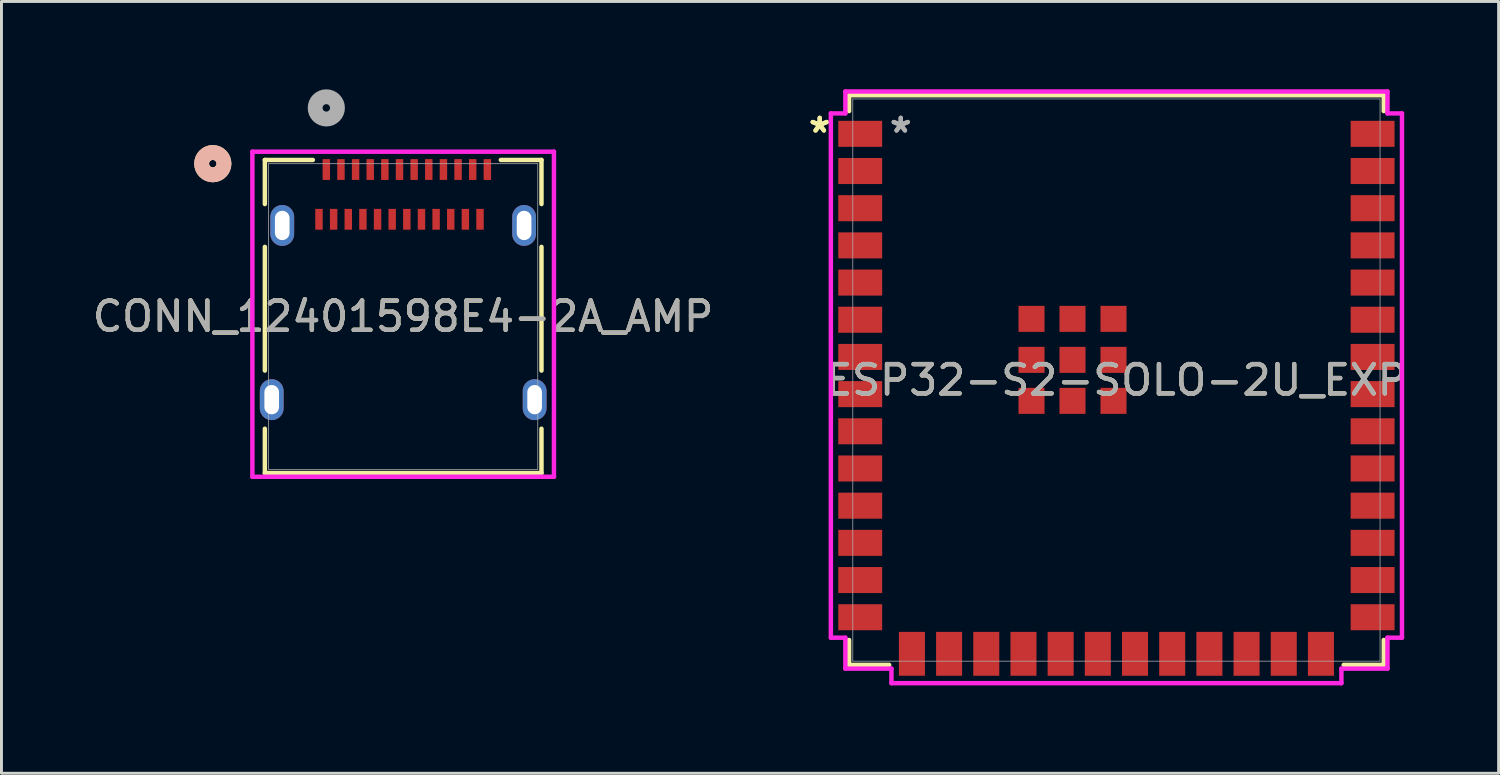
<source format=kicad_pcb>
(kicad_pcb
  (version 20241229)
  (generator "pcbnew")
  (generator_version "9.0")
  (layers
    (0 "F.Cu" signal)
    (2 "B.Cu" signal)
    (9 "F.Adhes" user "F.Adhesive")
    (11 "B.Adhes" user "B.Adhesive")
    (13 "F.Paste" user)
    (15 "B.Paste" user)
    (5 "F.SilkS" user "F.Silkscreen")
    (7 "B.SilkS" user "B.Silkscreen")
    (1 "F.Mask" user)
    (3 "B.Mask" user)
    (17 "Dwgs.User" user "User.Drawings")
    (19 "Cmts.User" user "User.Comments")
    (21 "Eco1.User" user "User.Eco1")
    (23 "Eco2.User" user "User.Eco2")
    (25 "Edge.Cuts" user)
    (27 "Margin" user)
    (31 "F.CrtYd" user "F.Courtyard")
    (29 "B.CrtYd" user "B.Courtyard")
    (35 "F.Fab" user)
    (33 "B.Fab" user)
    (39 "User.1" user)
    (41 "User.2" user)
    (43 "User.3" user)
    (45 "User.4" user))
  (footprint "CONN_12401598E4-2A_AMP"
    (layer "F.Cu")
    (at 10.72 7.76)
    (property "Reference" "CONN_12401598E4-2A_AMP" (at 0 0 0) (unlocked yes) (layer "F.SilkS") (effects (font (size 1 1) (thickness 0.15))))
    (attr smd)
    (fp_line (start -4.724 -5.347) (end -4.724 -3.841) (stroke (width 0.152) (type solid)) (layer "F.SilkS"))
    (fp_line (start -4.724 -2.378) (end -4.724 1.847) (stroke (width 0.152) (type solid)) (layer "F.SilkS"))
    (fp_line (start -4.724 3.833) (end -4.724 5.347) (stroke (width 0.152) (type solid)) (layer "F.SilkS"))
    (fp_line (start -4.724 5.347) (end 4.724 5.347) (stroke (width 0.152) (type solid)) (layer "F.SilkS"))
    (fp_line (start -3.085 -5.347) (end -4.724 -5.347) (stroke (width 0.152) (type solid)) (layer "F.SilkS"))
    (fp_line (start 4.724 -5.347) (end 3.335 -5.347) (stroke (width 0.152) (type solid)) (layer "F.SilkS"))
    (fp_line (start 4.724 -3.841) (end 4.724 -5.347) (stroke (width 0.152) (type solid)) (layer "F.SilkS"))
    (fp_line (start 4.724 1.847) (end 4.724 -2.378) (stroke (width 0.152) (type solid)) (layer "F.SilkS"))
    (fp_line (start 4.724 5.347) (end 4.724 3.833) (stroke (width 0.152) (type solid)) (layer "F.SilkS"))
    (fp_circle (center -6.502 -5.22) (end -6.121 -5.22) (stroke (width 0.508) (type solid)) (fill no) (layer "F.SilkS"))
    (fp_circle (center -6.502 -5.22) (end -6.121 -5.22) (stroke (width 0.508) (type solid)) (fill no) (layer "B.SilkS"))
    (fp_line (start -5.15 -5.629) (end -5.15 5.474) (stroke (width 0.152) (type solid)) (layer "F.CrtYd"))
    (fp_line (start -5.15 5.474) (end 5.15 5.474) (stroke (width 0.152) (type solid)) (layer "F.CrtYd"))
    (fp_line (start 5.15 -5.629) (end -5.15 -5.629) (stroke (width 0.152) (type solid)) (layer "F.CrtYd"))
    (fp_line (start 5.15 5.474) (end 5.15 -5.629) (stroke (width 0.152) (type solid)) (layer "F.CrtYd"))
    (fp_line (start -4.597 -5.22) (end -4.597 5.22) (stroke (width 0.025) (type solid)) (layer "F.Fab"))
    (fp_line (start -4.597 5.22) (end 4.597 5.22) (stroke (width 0.025) (type solid)) (layer "F.Fab"))
    (fp_line (start 4.597 -5.22) (end -4.597 -5.22) (stroke (width 0.025) (type solid)) (layer "F.Fab"))
    (fp_line (start 4.597 5.22) (end 4.597 -5.22) (stroke (width 0.025) (type solid)) (layer "F.Fab"))
    (fp_circle (center -2.625 -7.125) (end -2.244 -7.125) (stroke (width 0.508) (type solid)) (fill no) (layer "F.Fab"))
    (fp_text user "${REFERENCE}" (at 0 0 0) (unlocked yes) (layer "F.Fab") (effects (font (size 1 1) (thickness 0.15))))
    (pad "25" thru_hole oval (at -4.13 -3.11) (size 0.813 1.397) (drill oval 0.5 1) (layers "*.Cu" "*.Mask"))
    (pad "26" thru_hole oval (at 4.13 -3.11) (size 0.813 1.397) (drill oval 0.5 1) (layers "*.Cu" "*.Mask"))
    (pad "27" thru_hole oval (at -4.49 2.84) (size 0.813 1.397) (drill oval 0.5 1) (layers "*.Cu" "*.Mask"))
    (pad "28" thru_hole oval (at 4.49 2.84) (size 0.813 1.397) (drill oval 0.5 1) (layers "*.Cu" "*.Mask"))
    (pad "A1" smd rect (at -2.625 -5.02) (size 0.254 0.711) (layers "F.Cu" "F.Mask" "F.Paste"))
    (pad "A2" smd rect (at -2.125 -5.02) (size 0.254 0.711) (layers "F.Cu" "F.Mask" "F.Paste"))
    (pad "A3" smd rect (at -1.625 -5.02) (size 0.254 0.711) (layers "F.Cu" "F.Mask" "F.Paste"))
    (pad "A4" smd rect (at -1.125 -5.02) (size 0.254 0.711) (layers "F.Cu" "F.Mask" "F.Paste"))
    (pad "A5" smd rect (at -0.625 -5.02) (size 0.254 0.711) (layers "F.Cu" "F.Mask" "F.Paste"))
    (pad "A6" smd rect (at -0.125 -5.02) (size 0.254 0.711) (layers "F.Cu" "F.Mask" "F.Paste"))
    (pad "A7" smd rect (at 0.375 -5.02) (size 0.254 0.711) (layers "F.Cu" "F.Mask" "F.Paste"))
    (pad "A8" smd rect (at 0.875 -5.02) (size 0.254 0.711) (layers "F.Cu" "F.Mask" "F.Paste"))
    (pad "A9" smd rect (at 1.375 -5.02) (size 0.254 0.711) (layers "F.Cu" "F.Mask" "F.Paste"))
    (pad "A10" smd rect (at 1.875 -5.02) (size 0.254 0.711) (layers "F.Cu" "F.Mask" "F.Paste"))
    (pad "A11" smd rect (at 2.375 -5.02) (size 0.254 0.711) (layers "F.Cu" "F.Mask" "F.Paste"))
    (pad "A12" smd rect (at 2.875 -5.02) (size 0.254 0.711) (layers "F.Cu" "F.Mask" "F.Paste"))
    (pad "B1" smd rect (at 2.625 -3.32) (size 0.254 0.711) (layers "F.Cu" "F.Mask" "F.Paste"))
    (pad "B2" smd rect (at 2.125 -3.32) (size 0.254 0.711) (layers "F.Cu" "F.Mask" "F.Paste"))
    (pad "B3" smd rect (at 1.625 -3.32) (size 0.254 0.711) (layers "F.Cu" "F.Mask" "F.Paste"))
    (pad "B4" smd rect (at 1.125 -3.32) (size 0.254 0.711) (layers "F.Cu" "F.Mask" "F.Paste"))
    (pad "B5" smd rect (at 0.625 -3.32) (size 0.254 0.711) (layers "F.Cu" "F.Mask" "F.Paste"))
    (pad "B6" smd rect (at 0.125 -3.32) (size 0.254 0.711) (layers "F.Cu" "F.Mask" "F.Paste"))
    (pad "B7" smd rect (at -0.375 -3.32) (size 0.254 0.711) (layers "F.Cu" "F.Mask" "F.Paste"))
    (pad "B8" smd rect (at -0.875 -3.32) (size 0.254 0.711) (layers "F.Cu" "F.Mask" "F.Paste"))
    (pad "B9" smd rect (at -1.375 -3.32) (size 0.254 0.711) (layers "F.Cu" "F.Mask" "F.Paste"))
    (pad "B10" smd rect (at -1.875 -3.32) (size 0.254 0.711) (layers "F.Cu" "F.Mask" "F.Paste"))
    (pad "B11" smd rect (at -2.375 -3.32) (size 0.254 0.711) (layers "F.Cu" "F.Mask" "F.Paste"))
    (pad "B12" smd rect (at -2.875 -3.32) (size 0.254 0.711) (layers "F.Cu" "F.Mask" "F.Paste")))
  (footprint "ESP32-S2-SOLO-2U_EXP"
    (layer "F.Cu")
    (at 35.081 9.931)
    (property "Reference" "ESP32-S2-SOLO-2U_EXP" (at 0 0 0) (unlocked yes) (layer "F.SilkS") (effects (font (size 1 1) (thickness 0.15))))
    (attr smd)
    (fp_line (start -9.131 -9.728) (end 9.131 -9.728) (stroke (width 0.152) (type solid)) (layer "F.SilkS"))
    (fp_line (start -9.131 -9.187) (end -9.131 -9.728) (stroke (width 0.152) (type solid)) (layer "F.SilkS"))
    (fp_line (start -9.131 9.728) (end -9.131 8.877) (stroke (width 0.152) (type solid)) (layer "F.SilkS"))
    (fp_line (start -7.762 9.728) (end -9.131 9.728) (stroke (width 0.152) (type solid)) (layer "F.SilkS"))
    (fp_line (start 9.131 -9.728) (end 9.131 -9.187) (stroke (width 0.152) (type solid)) (layer "F.SilkS"))
    (fp_line (start 9.131 8.877) (end 9.131 9.728) (stroke (width 0.152) (type solid)) (layer "F.SilkS"))
    (fp_line (start 9.131 9.728) (end 7.762 9.728) (stroke (width 0.152) (type solid)) (layer "F.SilkS"))
    (fp_line (start -9.753 -9.108) (end -9.753 8.799) (stroke (width 0.152) (type solid)) (layer "F.CrtYd"))
    (fp_line (start -9.753 8.799) (end -9.258 8.799) (stroke (width 0.152) (type solid)) (layer "F.CrtYd"))
    (fp_line (start -9.258 -9.855) (end -9.258 -9.108) (stroke (width 0.152) (type solid)) (layer "F.CrtYd"))
    (fp_line (start -9.258 -9.108) (end -9.753 -9.108) (stroke (width 0.152) (type solid)) (layer "F.CrtYd"))
    (fp_line (start -9.258 8.799) (end -9.258 9.855) (stroke (width 0.152) (type solid)) (layer "F.CrtYd"))
    (fp_line (start -9.258 9.855) (end -7.684 9.855) (stroke (width 0.152) (type solid)) (layer "F.CrtYd"))
    (fp_line (start -7.684 9.855) (end -7.684 10.353) (stroke (width 0.152) (type solid)) (layer "F.CrtYd"))
    (fp_line (start -7.684 10.353) (end 7.684 10.353) (stroke (width 0.152) (type solid)) (layer "F.CrtYd"))
    (fp_line (start 7.684 9.855) (end 9.258 9.855) (stroke (width 0.152) (type solid)) (layer "F.CrtYd"))
    (fp_line (start 7.684 10.353) (end 7.684 9.855) (stroke (width 0.152) (type solid)) (layer "F.CrtYd"))
    (fp_line (start 9.258 -9.855) (end -9.258 -9.855) (stroke (width 0.152) (type solid)) (layer "F.CrtYd"))
    (fp_line (start 9.258 -9.108) (end 9.258 -9.855) (stroke (width 0.152) (type solid)) (layer "F.CrtYd"))
    (fp_line (start 9.258 8.799) (end 9.753 8.799) (stroke (width 0.152) (type solid)) (layer "F.CrtYd"))
    (fp_line (start 9.258 9.855) (end 9.258 8.799) (stroke (width 0.152) (type solid)) (layer "F.CrtYd"))
    (fp_line (start 9.753 -9.108) (end 9.258 -9.108) (stroke (width 0.152) (type solid)) (layer "F.CrtYd"))
    (fp_line (start 9.753 8.799) (end 9.753 -9.108) (stroke (width 0.152) (type solid)) (layer "F.CrtYd"))
    (fp_line (start -9.004 -9.601) (end -9.004 9.601) (stroke (width 0.025) (type solid)) (layer "F.Fab"))
    (fp_line (start -9.004 9.601) (end 9.004 9.601) (stroke (width 0.025) (type solid)) (layer "F.Fab"))
    (fp_line (start 9.004 -9.601) (end -9.004 -9.601) (stroke (width 0.025) (type solid)) (layer "F.Fab"))
    (fp_line (start 9.004 9.601) (end 9.004 -9.601) (stroke (width 0.025) (type solid)) (layer "F.Fab"))
    (fp_text user "*" (at -10.134 -8.41 0) (unlocked yes) (layer "F.SilkS") (effects (font (size 1 1) (thickness 0.15))))
    (fp_text user "*" (at -10.134 -8.41 0) (layer "F.SilkS") (effects (font (size 1 1) (thickness 0.15))))
    (fp_text user "*" (at -7.366 -8.41 0) (layer "F.Fab") (effects (font (size 1 1) (thickness 0.15))))
    (fp_text user "*" (at -7.366 -8.41 0) (unlocked yes) (layer "F.Fab") (effects (font (size 1 1) (thickness 0.15))))
    (fp_text user "${REFERENCE}" (at 0 0 0) (unlocked yes) (layer "F.Fab") (effects (font (size 1 1) (thickness 0.15))))
    (pad "1" smd rect (at -8.75 -8.41) (size 1.499 0.889) (layers "F.Cu" "F.Mask" "F.Paste"))
    (pad "2" smd rect (at -8.75 -7.14) (size 1.499 0.889) (layers "F.Cu" "F.Mask" "F.Paste"))
    (pad "3" smd rect (at -8.75 -5.87) (size 1.499 0.889) (layers "F.Cu" "F.Mask" "F.Paste"))
    (pad "4" smd rect (at -8.75 -4.6) (size 1.499 0.889) (layers "F.Cu" "F.Mask" "F.Paste"))
    (pad "5" smd rect (at -8.75 -3.33) (size 1.499 0.889) (layers "F.Cu" "F.Mask" "F.Paste"))
    (pad "6" smd rect (at -8.75 -2.06) (size 1.499 0.889) (layers "F.Cu" "F.Mask" "F.Paste"))
    (pad "7" smd rect (at -8.75 -0.79) (size 1.499 0.889) (layers "F.Cu" "F.Mask" "F.Paste"))
    (pad "8" smd rect (at -8.75 0.48) (size 1.499 0.889) (layers "F.Cu" "F.Mask" "F.Paste"))
    (pad "9" smd rect (at -8.75 1.75) (size 1.499 0.889) (layers "F.Cu" "F.Mask" "F.Paste"))
    (pad "10" smd rect (at -8.75 3.02) (size 1.499 0.889) (layers "F.Cu" "F.Mask" "F.Paste"))
    (pad "11" smd rect (at -8.75 4.29) (size 1.499 0.889) (layers "F.Cu" "F.Mask" "F.Paste"))
    (pad "12" smd rect (at -8.75 5.56) (size 1.499 0.889) (layers "F.Cu" "F.Mask" "F.Paste"))
    (pad "13" smd rect (at -8.75 6.83) (size 1.499 0.889) (layers "F.Cu" "F.Mask" "F.Paste"))
    (pad "14" smd rect (at -8.75 8.1) (size 1.499 0.889) (layers "F.Cu" "F.Mask" "F.Paste"))
    (pad "15" smd rect (at -6.985 9.35 90) (size 1.499 0.889) (layers "F.Cu" "F.Mask" "F.Paste"))
    (pad "16" smd rect (at -5.715 9.35 90) (size 1.499 0.889) (layers "F.Cu" "F.Mask" "F.Paste"))
    (pad "17" smd rect (at -4.445 9.35 90) (size 1.499 0.889) (layers "F.Cu" "F.Mask" "F.Paste"))
    (pad "18" smd rect (at -3.175 9.35 90) (size 1.499 0.889) (layers "F.Cu" "F.Mask" "F.Paste"))
    (pad "19" smd rect (at -1.905 9.35 90) (size 1.499 0.889) (layers "F.Cu" "F.Mask" "F.Paste"))
    (pad "20" smd rect (at -0.635 9.35 90) (size 1.499 0.889) (layers "F.Cu" "F.Mask" "F.Paste"))
    (pad "21" smd rect (at 0.635 9.35 90) (size 1.499 0.889) (layers "F.Cu" "F.Mask" "F.Paste"))
    (pad "22" smd rect (at 1.905 9.35 90) (size 1.499 0.889) (layers "F.Cu" "F.Mask" "F.Paste"))
    (pad "23" smd rect (at 3.175 9.35 90) (size 1.499 0.889) (layers "F.Cu" "F.Mask" "F.Paste"))
    (pad "24" smd rect (at 4.445 9.35 90) (size 1.499 0.889) (layers "F.Cu" "F.Mask" "F.Paste"))
    (pad "25" smd rect (at 5.715 9.35 90) (size 1.499 0.889) (layers "F.Cu" "F.Mask" "F.Paste"))
    (pad "26" smd rect (at 6.985 9.35 90) (size 1.499 0.889) (layers "F.Cu" "F.Mask" "F.Paste"))
    (pad "27" smd rect (at 8.75 8.1) (size 1.499 0.889) (layers "F.Cu" "F.Mask" "F.Paste"))
    (pad "28" smd rect (at 8.75 6.83) (size 1.499 0.889) (layers "F.Cu" "F.Mask" "F.Paste"))
    (pad "29" smd rect (at 8.75 5.56) (size 1.499 0.889) (layers "F.Cu" "F.Mask" "F.Paste"))
    (pad "30" smd rect (at 8.75 4.29) (size 1.499 0.889) (layers "F.Cu" "F.Mask" "F.Paste"))
    (pad "31" smd rect (at 8.75 3.02) (size 1.499 0.889) (layers "F.Cu" "F.Mask" "F.Paste"))
    (pad "32" smd rect (at 8.75 1.75) (size 1.499 0.889) (layers "F.Cu" "F.Mask" "F.Paste"))
    (pad "33" smd rect (at 8.75 0.48) (size 1.499 0.889) (layers "F.Cu" "F.Mask" "F.Paste"))
    (pad "34" smd rect (at 8.75 -0.79) (size 1.499 0.889) (layers "F.Cu" "F.Mask" "F.Paste"))
    (pad "35" smd rect (at 8.75 -2.06) (size 1.499 0.889) (layers "F.Cu" "F.Mask" "F.Paste"))
    (pad "36" smd rect (at 8.75 -3.33) (size 1.499 0.889) (layers "F.Cu" "F.Mask" "F.Paste"))
    (pad "37" smd rect (at 8.75 -4.6) (size 1.499 0.889) (layers "F.Cu" "F.Mask" "F.Paste"))
    (pad "38" smd rect (at 8.75 -5.87) (size 1.499 0.889) (layers "F.Cu" "F.Mask" "F.Paste"))
    (pad "39" smd rect (at 8.75 -7.14) (size 1.499 0.889) (layers "F.Cu" "F.Mask" "F.Paste"))
    (pad "40" smd rect (at 8.75 -8.41) (size 1.499 0.889) (layers "F.Cu" "F.Mask" "F.Paste"))
    (pad "41" smd rect (at -1.5 -0.69) (size 0.889 0.889) (layers "F.Cu" "F.Mask" "F.Paste"))
    (pad "42" smd rect (at -2.9 -2.09) (size 0.889 0.889) (layers "F.Cu" "F.Mask" "F.Paste"))
    (pad "43" smd rect (at -2.9 -0.69) (size 0.889 0.889) (layers "F.Cu" "F.Mask" "F.Paste"))
    (pad "44" smd rect (at -2.9 0.71) (size 0.889 0.889) (layers "F.Cu" "F.Mask" "F.Paste"))
    (pad "45" smd rect (at -1.5 0.71) (size 0.889 0.889) (layers "F.Cu" "F.Mask" "F.Paste"))
    (pad "46" smd rect (at -0.1 0.71) (size 0.889 0.889) (layers "F.Cu" "F.Mask" "F.Paste"))
    (pad "47" smd rect (at -0.1 -0.69) (size 0.889 0.889) (layers "F.Cu" "F.Mask" "F.Paste"))
    (pad "48" smd rect (at -0.1 -2.09) (size 0.889 0.889) (layers "F.Cu" "F.Mask" "F.Paste"))
    (pad "49" smd rect (at -1.5 -2.09) (size 0.889 0.889) (layers "F.Cu" "F.Mask" "F.Paste")))
  (gr_rect
    (start -3 -3)
    (end 48.134 23.361)
    (stroke (width 0.1) (type default))
    (fill no)
    (layer "Edge.Cuts")))
</source>
